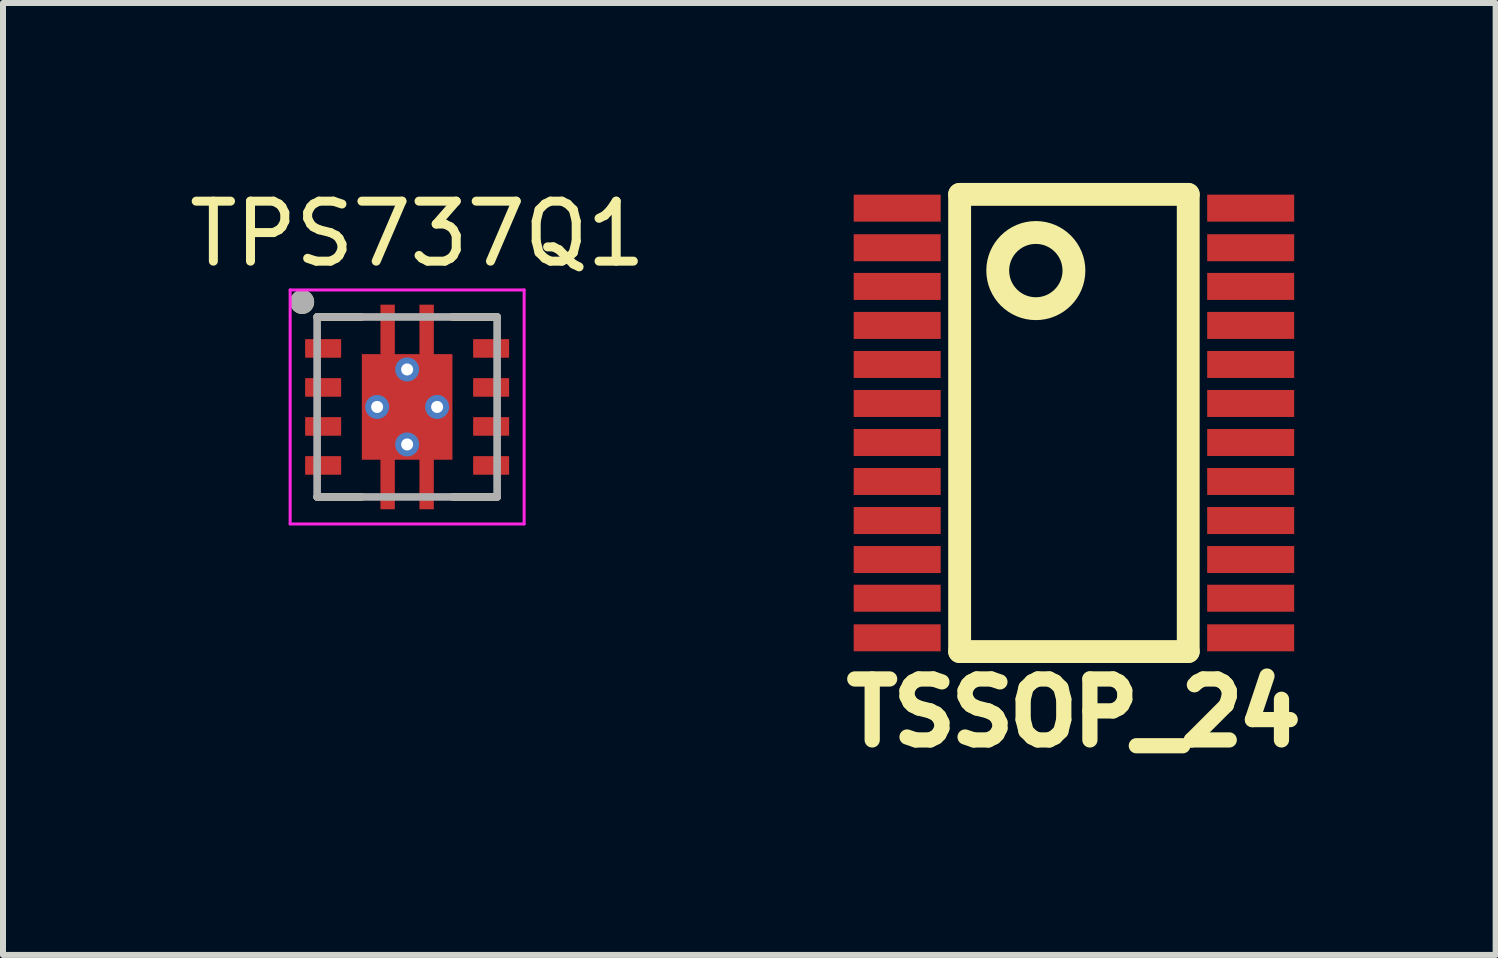
<source format=kicad_pcb>
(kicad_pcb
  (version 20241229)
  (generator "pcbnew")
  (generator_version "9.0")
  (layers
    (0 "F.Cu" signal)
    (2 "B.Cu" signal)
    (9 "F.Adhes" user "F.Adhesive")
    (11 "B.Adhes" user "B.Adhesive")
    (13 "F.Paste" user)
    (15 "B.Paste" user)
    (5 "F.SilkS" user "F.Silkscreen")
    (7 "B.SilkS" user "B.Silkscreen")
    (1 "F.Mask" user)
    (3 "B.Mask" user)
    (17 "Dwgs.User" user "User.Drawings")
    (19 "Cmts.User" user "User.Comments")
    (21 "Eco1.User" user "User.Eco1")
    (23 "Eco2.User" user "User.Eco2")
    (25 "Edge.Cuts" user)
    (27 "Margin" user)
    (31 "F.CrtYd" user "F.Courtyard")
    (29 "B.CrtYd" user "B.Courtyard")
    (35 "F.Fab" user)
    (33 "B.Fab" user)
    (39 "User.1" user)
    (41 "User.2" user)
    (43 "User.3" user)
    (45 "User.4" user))
  (footprint "TPS737Q1"
    (layer "F.Cu")
    (at 3.736 3.733)
    (property "Reference" "TPS737Q1" (at 0.175 -2.885 0) (layer "F.SilkS") (effects (font (size 1 1) (thickness 0.15))))
    (attr smd)
    (fp_poly (pts (xy -1.77 -1.2) (xy -1.03 -1.2) (xy -1.03 -0.75) (xy -1.77 -0.75)) (stroke (width 0.01) (type solid)) (fill yes) (layer "F.Mask"))
    (fp_poly (pts (xy -1.77 -0.55) (xy -1.03 -0.55) (xy -1.03 -0.1) (xy -1.77 -0.1)) (stroke (width 0.01) (type solid)) (fill yes) (layer "F.Mask"))
    (fp_poly (pts (xy -1.77 0.1) (xy -1.03 0.1) (xy -1.03 0.55) (xy -1.77 0.55)) (stroke (width 0.01) (type solid)) (fill yes) (layer "F.Mask"))
    (fp_poly (pts (xy -1.77 0.75) (xy -1.03 0.75) (xy -1.03 1.2) (xy -1.77 1.2)) (stroke (width 0.01) (type solid)) (fill yes) (layer "F.Mask"))
    (fp_poly (pts (xy 1.03 -1.2) (xy 1.77 -1.2) (xy 1.77 -0.75) (xy 1.03 -0.75)) (stroke (width 0.01) (type solid)) (fill yes) (layer "F.Mask"))
    (fp_poly (pts (xy 1.03 -0.55) (xy 1.77 -0.55) (xy 1.77 -0.1) (xy 1.03 -0.1)) (stroke (width 0.01) (type solid)) (fill yes) (layer "F.Mask"))
    (fp_poly (pts (xy 1.03 0.1) (xy 1.77 0.1) (xy 1.77 0.55) (xy 1.03 0.55)) (stroke (width 0.01) (type solid)) (fill yes) (layer "F.Mask"))
    (fp_poly (pts (xy 1.03 0.75) (xy 1.77 0.75) (xy 1.77 1.2) (xy 1.03 1.2)) (stroke (width 0.01) (type solid)) (fill yes) (layer "F.Mask"))
    (fp_poly (pts (xy -0.82 -0.945) (xy -0.51 -0.945) (xy -0.51 -1.77) (xy -0.14 -1.77) (xy -0.14 -0.945) (xy 0.14 -0.945) (xy 0.14 -1.77) (xy 0.51 -1.77) (xy 0.51 -0.945) (xy 0.82 -0.945) (xy 0.82 0.945) (xy 0.51 0.945) (xy 0.51 1.77) (xy 0.14 1.77) (xy 0.14 0.945) (xy -0.14 0.945) (xy -0.14 1.77) (xy -0.51 1.77) (xy -0.51 0.945) (xy -0.82 0.945)) (stroke (width 0.01) (type solid)) (fill yes) (layer "F.Mask"))
    (fp_line (start -1.5 -1.5) (end -0.76 -1.5) (stroke (width 0.127) (type solid)) (layer "F.SilkS"))
    (fp_line (start -1.5 1.5) (end -0.76 1.5) (stroke (width 0.127) (type solid)) (layer "F.SilkS"))
    (fp_line (start 0.76 -1.5) (end 1.5 -1.5) (stroke (width 0.127) (type solid)) (layer "F.SilkS"))
    (fp_line (start 0.76 1.5) (end 1.5 1.5) (stroke (width 0.127) (type solid)) (layer "F.SilkS"))
    (fp_circle (center -1.75 -1.75) (end -1.65 -1.75) (stroke (width 0.2) (type solid)) (fill no) (layer "F.SilkS"))
    (fp_poly (pts (xy -0.67 -0.775) (xy 0.67 -0.775) (xy 0.67 0.775) (xy -0.67 0.775)) (stroke (width 0.01) (type solid)) (fill yes) (layer "F.Paste"))
    (fp_poly (pts (xy -0.44 -1.7) (xy -0.21 -1.7) (xy -0.21 -0.975) (xy -0.44 -0.975)) (stroke (width 0.01) (type solid)) (fill yes) (layer "F.Paste"))
    (fp_poly (pts (xy -0.21 1.7) (xy -0.44 1.7) (xy -0.44 0.975) (xy -0.21 0.975)) (stroke (width 0.01) (type solid)) (fill yes) (layer "F.Paste"))
    (fp_poly (pts (xy 0.21 -1.7) (xy 0.44 -1.7) (xy 0.44 -0.975) (xy 0.21 -0.975)) (stroke (width 0.01) (type solid)) (fill yes) (layer "F.Paste"))
    (fp_poly (pts (xy 0.44 1.7) (xy 0.21 1.7) (xy 0.21 0.975) (xy 0.44 0.975)) (stroke (width 0.01) (type solid)) (fill yes) (layer "F.Paste"))
    (fp_line (start -1.95 -1.95) (end -1.95 1.95) (stroke (width 0.05) (type solid)) (layer "F.CrtYd"))
    (fp_line (start -1.95 -1.95) (end 1.95 -1.95) (stroke (width 0.05) (type solid)) (layer "F.CrtYd"))
    (fp_line (start -1.95 1.95) (end 1.95 1.95) (stroke (width 0.05) (type solid)) (layer "F.CrtYd"))
    (fp_line (start 1.95 -1.95) (end 1.95 1.95) (stroke (width 0.05) (type solid)) (layer "F.CrtYd"))
    (fp_line (start -1.5 -1.5) (end -1.5 1.5) (stroke (width 0.127) (type solid)) (layer "F.Fab"))
    (fp_line (start -1.5 -1.5) (end 1.5 -1.5) (stroke (width 0.127) (type solid)) (layer "F.Fab"))
    (fp_line (start -1.5 1.5) (end 1.5 1.5) (stroke (width 0.127) (type solid)) (layer "F.Fab"))
    (fp_line (start 1.5 -1.5) (end 1.5 1.5) (stroke (width 0.127) (type solid)) (layer "F.Fab"))
    (fp_circle (center -1.75 -1.75) (end -1.65 -1.75) (stroke (width 0.2) (type solid)) (fill no) (layer "F.Fab"))
    (pad "1" smd roundrect (at -1.4 -0.975) (size 0.6 0.31) (layers "F.Cu" "F.Paste") (roundrect_rratio 0.04))
    (pad "2" smd roundrect (at -1.4 -0.325) (size 0.6 0.31) (layers "F.Cu" "F.Paste") (roundrect_rratio 0.04))
    (pad "3" smd roundrect (at -1.4 0.325) (size 0.6 0.31) (layers "F.Cu" "F.Paste") (roundrect_rratio 0.04))
    (pad "4" smd roundrect (at -1.4 0.975) (size 0.6 0.31) (layers "F.Cu" "F.Paste") (roundrect_rratio 0.04))
    (pad "5" smd roundrect (at 1.4 0.975) (size 0.6 0.31) (layers "F.Cu" "F.Paste") (roundrect_rratio 0.04))
    (pad "6" smd roundrect (at 1.4 0.325) (size 0.6 0.31) (layers "F.Cu" "F.Paste") (roundrect_rratio 0.04))
    (pad "7" smd roundrect (at 1.4 -0.325) (size 0.6 0.31) (layers "F.Cu" "F.Paste") (roundrect_rratio 0.04))
    (pad "8" smd roundrect (at 1.4 -0.975) (size 0.6 0.31) (layers "F.Cu" "F.Paste") (roundrect_rratio 0.04))
    (pad "9" smd custom (at 0 0) (size 1.5 1.75) (layers "F.Cu") (options (anchor rect)) (primitives (gr_poly (pts (xy -0.75 -0.875) (xy -0.44 -0.875) (xy -0.44 -1.7) (xy -0.21 -1.7) (xy -0.21 -0.875) (xy 0.21 -0.875) (xy 0.21 -1.7) (xy 0.44 -1.7) (xy 0.44 -0.875) (xy 0.75 -0.875) (xy 0.75 0.875) (xy 0.44 0.875) (xy 0.44 1.7) (xy 0.21 1.7) (xy 0.21 0.875) (xy -0.21 0.875) (xy -0.21 1.7) (xy -0.44 1.7) (xy -0.44 0.875) (xy -0.75 0.875)) (width 0.01) (fill yes))))
    (pad "10" thru_hole circle (at 0 -0.625) (size 0.4 0.4) (drill 0.2) (layers "*.Cu"))
    (pad "11" thru_hole circle (at 0.5 0) (size 0.4 0.4) (drill 0.2) (layers "*.Cu"))
    (pad "12" thru_hole circle (at -0.5 0) (size 0.4 0.4) (drill 0.2) (layers "*.Cu"))
    (pad "13" thru_hole circle (at 0 0.625) (size 0.4 0.4) (drill 0.2) (layers "*.Cu")))
  (footprint "TSSOP_24"
    (layer "F.Cu")
    (at 14.85 4)
    (property "Reference" "TSSOP_24" (at 0 4.826 0) (layer "F.SilkS") (effects (font (size 1.016 1.016) (thickness 0.254))))
    (property "Value" "${VALUE}" (at 0 -4.572 0) (layer "F.SilkS") (hide yes) (effects (font (size 1.016 1.016) (thickness 0.254))))
    (attr through_hole)
    (fp_line (start -1.905 -3.81) (end -1.905 3.81) (stroke (width 0.381) (type solid)) (layer "F.SilkS"))
    (fp_line (start -1.905 3.81) (end 1.905 3.81) (stroke (width 0.381) (type solid)) (layer "F.SilkS"))
    (fp_line (start 1.905 -3.81) (end -1.905 -3.81) (stroke (width 0.381) (type solid)) (layer "F.SilkS"))
    (fp_line (start 1.905 3.81) (end 1.905 -3.81) (stroke (width 0.381) (type solid)) (layer "F.SilkS"))
    (fp_circle (center -0.635 -2.54) (end -0.635 -3.175) (stroke (width 0.381) (type solid)) (fill no) (layer "F.SilkS"))
    (pad "1" smd rect (at -2.946 -3.581) (size 1.45 0.45) (layers "F.Cu" "F.Mask" "F.Paste"))
    (pad "2" smd rect (at -2.946 -2.921) (size 1.45 0.45) (layers "F.Cu" "F.Mask" "F.Paste"))
    (pad "3" smd rect (at -2.946 -2.276) (size 1.45 0.45) (layers "F.Cu" "F.Mask" "F.Paste"))
    (pad "4" smd rect (at -2.946 -1.626) (size 1.45 0.45) (layers "F.Cu" "F.Mask" "F.Paste"))
    (pad "5" smd rect (at -2.946 -0.975) (size 1.45 0.45) (layers "F.Cu" "F.Mask" "F.Paste"))
    (pad "6" smd rect (at -2.946 -0.325) (size 1.45 0.45) (layers "F.Cu" "F.Mask" "F.Paste"))
    (pad "7" smd rect (at -2.946 0.325) (size 1.45 0.45) (layers "F.Cu" "F.Mask" "F.Paste"))
    (pad "8" smd rect (at -2.946 0.975) (size 1.45 0.45) (layers "F.Cu" "F.Mask" "F.Paste"))
    (pad "9" smd rect (at -2.946 1.626) (size 1.45 0.45) (layers "F.Cu" "F.Mask" "F.Paste"))
    (pad "10" smd rect (at -2.946 2.276) (size 1.45 0.45) (layers "F.Cu" "F.Mask" "F.Paste"))
    (pad "11" smd rect (at -2.946 2.921) (size 1.45 0.45) (layers "F.Cu" "F.Mask" "F.Paste"))
    (pad "12" smd rect (at -2.946 3.581) (size 1.45 0.45) (layers "F.Cu" "F.Mask" "F.Paste"))
    (pad "13" smd rect (at 2.946 3.581) (size 1.45 0.45) (layers "F.Cu" "F.Mask" "F.Paste"))
    (pad "14" smd rect (at 2.946 2.921) (size 1.45 0.45) (layers "F.Cu" "F.Mask" "F.Paste"))
    (pad "15" smd rect (at 2.946 2.276) (size 1.45 0.45) (layers "F.Cu" "F.Mask" "F.Paste"))
    (pad "16" smd rect (at 2.946 1.626) (size 1.45 0.45) (layers "F.Cu" "F.Mask" "F.Paste"))
    (pad "17" smd rect (at 2.946 0.975) (size 1.45 0.45) (layers "F.Cu" "F.Mask" "F.Paste"))
    (pad "18" smd rect (at 2.946 0.325) (size 1.45 0.45) (layers "F.Cu" "F.Mask" "F.Paste"))
    (pad "19" smd rect (at 2.946 -0.325) (size 1.45 0.45) (layers "F.Cu" "F.Mask" "F.Paste"))
    (pad "20" smd rect (at 2.946 -0.975) (size 1.45 0.45) (layers "F.Cu" "F.Mask" "F.Paste"))
    (pad "21" smd rect (at 2.946 -1.626) (size 1.45 0.45) (layers "F.Cu" "F.Mask" "F.Paste"))
    (pad "22" smd rect (at 2.946 -2.276) (size 1.45 0.45) (layers "F.Cu" "F.Mask" "F.Paste"))
    (pad "23" smd rect (at 2.946 -2.921) (size 1.45 0.45) (layers "F.Cu" "F.Mask" "F.Paste"))
    (pad "24" smd rect (at 2.946 -3.581) (size 1.45 0.45) (layers "F.Cu" "F.Mask" "F.Paste")))
  (gr_rect
    (start -3 -3)
    (end 21.879 12.867)
    (stroke (width 0.1) (type default))
    (fill no)
    (layer "Edge.Cuts")))
</source>
